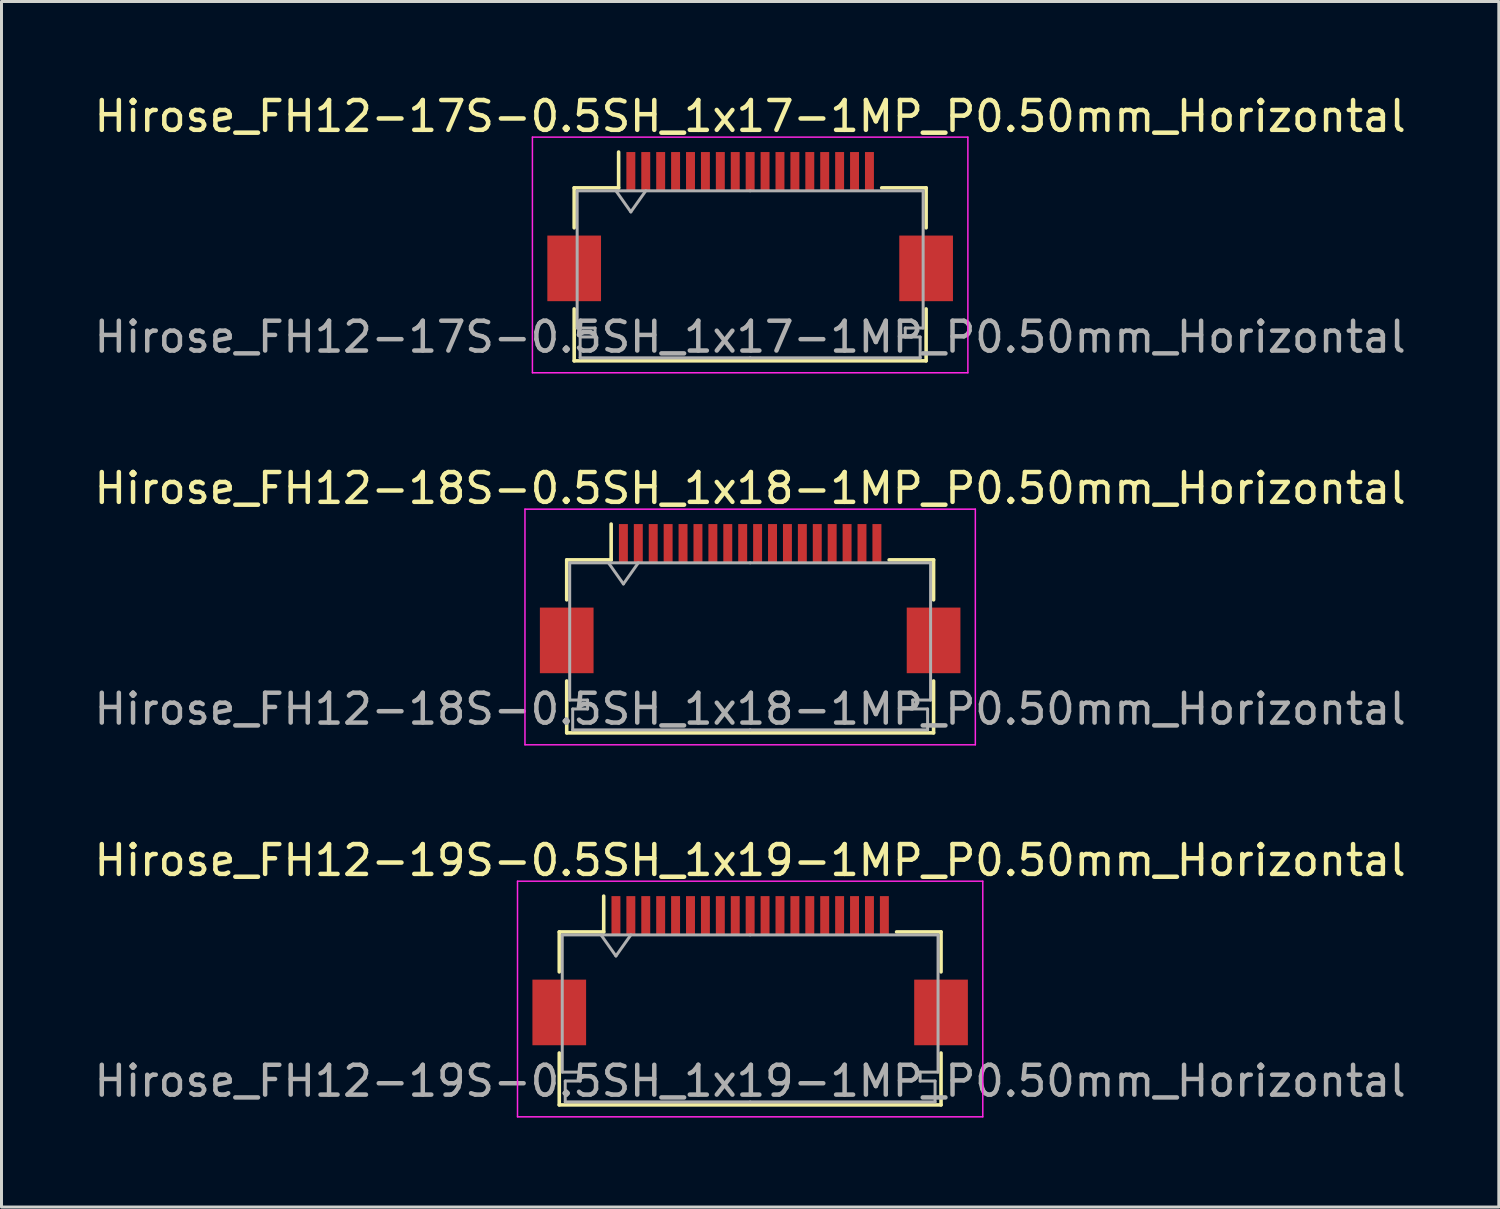
<source format=kicad_pcb>
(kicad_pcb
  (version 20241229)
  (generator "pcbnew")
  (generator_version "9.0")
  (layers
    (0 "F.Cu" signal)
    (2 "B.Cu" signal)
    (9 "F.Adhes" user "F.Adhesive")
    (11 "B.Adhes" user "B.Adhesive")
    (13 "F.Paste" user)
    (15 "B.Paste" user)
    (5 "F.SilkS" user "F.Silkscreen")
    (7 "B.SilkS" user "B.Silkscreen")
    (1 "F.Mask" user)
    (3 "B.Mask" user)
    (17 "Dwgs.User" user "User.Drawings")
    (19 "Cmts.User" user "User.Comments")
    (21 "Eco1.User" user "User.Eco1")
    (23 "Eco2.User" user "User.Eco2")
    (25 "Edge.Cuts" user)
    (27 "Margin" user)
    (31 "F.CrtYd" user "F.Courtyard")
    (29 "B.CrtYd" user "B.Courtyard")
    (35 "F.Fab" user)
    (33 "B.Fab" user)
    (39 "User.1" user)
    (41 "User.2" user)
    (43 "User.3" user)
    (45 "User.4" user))
  (footprint "Hirose_FH12-17S-0.5SH_1x17-1MP_P0.50mm_Horizontal"
    (layer "F.Cu")
    (at 22.101 4.548)
    (property "Reference" "Hirose_FH12-17S-0.5SH_1x17-1MP_P0.50mm_Horizontal" (at 0 -3.7 0) (layer "F.SilkS") (effects (font (size 1 1) (thickness 0.15))))
    (attr smd)
    (fp_line (start -5.9 -1.3) (end -5.9 0.04) (stroke (width 0.12) (type solid)) (layer "F.SilkS"))
    (fp_line (start -5.9 2.76) (end -5.9 4.5) (stroke (width 0.12) (type solid)) (layer "F.SilkS"))
    (fp_line (start -5.9 4.5) (end 5.9 4.5) (stroke (width 0.12) (type solid)) (layer "F.SilkS"))
    (fp_line (start -4.41 -1.3) (end -5.9 -1.3) (stroke (width 0.12) (type solid)) (layer "F.SilkS"))
    (fp_line (start -4.41 -1.3) (end -4.41 -2.5) (stroke (width 0.12) (type solid)) (layer "F.SilkS"))
    (fp_line (start 4.41 -1.3) (end 5.9 -1.3) (stroke (width 0.12) (type solid)) (layer "F.SilkS"))
    (fp_line (start 5.9 -1.3) (end 5.9 0.04) (stroke (width 0.12) (type solid)) (layer "F.SilkS"))
    (fp_line (start 5.9 4.5) (end 5.9 2.76) (stroke (width 0.12) (type solid)) (layer "F.SilkS"))
    (fp_line (start -7.3 -3) (end -7.3 4.9) (stroke (width 0.05) (type solid)) (layer "F.CrtYd"))
    (fp_line (start -7.3 4.9) (end 7.3 4.9) (stroke (width 0.05) (type solid)) (layer "F.CrtYd"))
    (fp_line (start 7.3 -3) (end -7.3 -3) (stroke (width 0.05) (type solid)) (layer "F.CrtYd"))
    (fp_line (start 7.3 4.9) (end 7.3 -3) (stroke (width 0.05) (type solid)) (layer "F.CrtYd"))
    (fp_line (start -5.8 -1.2) (end -5.8 3.4) (stroke (width 0.1) (type solid)) (layer "F.Fab"))
    (fp_line (start -5.8 3.4) (end -5.2 3.4) (stroke (width 0.1) (type solid)) (layer "F.Fab"))
    (fp_line (start -5.7 3.7) (end -5.7 4.4) (stroke (width 0.1) (type solid)) (layer "F.Fab"))
    (fp_line (start -5.7 4.4) (end 0 4.4) (stroke (width 0.1) (type solid)) (layer "F.Fab"))
    (fp_line (start -5.2 3.4) (end -5.2 3.7) (stroke (width 0.1) (type solid)) (layer "F.Fab"))
    (fp_line (start -5.2 3.7) (end -5.7 3.7) (stroke (width 0.1) (type solid)) (layer "F.Fab"))
    (fp_line (start -4.5 -1.2) (end -4 -0.493) (stroke (width 0.1) (type solid)) (layer "F.Fab"))
    (fp_line (start -4 -0.493) (end -3.5 -1.2) (stroke (width 0.1) (type solid)) (layer "F.Fab"))
    (fp_line (start 0 -1.2) (end -5.8 -1.2) (stroke (width 0.1) (type solid)) (layer "F.Fab"))
    (fp_line (start 0 -1.2) (end 5.8 -1.2) (stroke (width 0.1) (type solid)) (layer "F.Fab"))
    (fp_line (start 5.2 3.4) (end 5.2 3.7) (stroke (width 0.1) (type solid)) (layer "F.Fab"))
    (fp_line (start 5.2 3.7) (end 5.7 3.7) (stroke (width 0.1) (type solid)) (layer "F.Fab"))
    (fp_line (start 5.7 3.7) (end 5.7 4.4) (stroke (width 0.1) (type solid)) (layer "F.Fab"))
    (fp_line (start 5.7 4.4) (end 0 4.4) (stroke (width 0.1) (type solid)) (layer "F.Fab"))
    (fp_line (start 5.8 -1.2) (end 5.8 3.4) (stroke (width 0.1) (type solid)) (layer "F.Fab"))
    (fp_line (start 5.8 3.4) (end 5.2 3.4) (stroke (width 0.1) (type solid)) (layer "F.Fab"))
    (fp_text user "${REFERENCE}" (at 0 3.7 0) (layer "F.Fab") (effects (font (size 1 1) (thickness 0.15))))
    (pad "1" smd rect (at -4 -1.85) (size 0.3 1.3) (layers "F.Cu" "F.Mask" "F.Paste"))
    (pad "2" smd rect (at -3.5 -1.85) (size 0.3 1.3) (layers "F.Cu" "F.Mask" "F.Paste"))
    (pad "3" smd rect (at -3 -1.85) (size 0.3 1.3) (layers "F.Cu" "F.Mask" "F.Paste"))
    (pad "4" smd rect (at -2.5 -1.85) (size 0.3 1.3) (layers "F.Cu" "F.Mask" "F.Paste"))
    (pad "5" smd rect (at -2 -1.85) (size 0.3 1.3) (layers "F.Cu" "F.Mask" "F.Paste"))
    (pad "6" smd rect (at -1.5 -1.85) (size 0.3 1.3) (layers "F.Cu" "F.Mask" "F.Paste"))
    (pad "7" smd rect (at -1 -1.85) (size 0.3 1.3) (layers "F.Cu" "F.Mask" "F.Paste"))
    (pad "8" smd rect (at -0.5 -1.85) (size 0.3 1.3) (layers "F.Cu" "F.Mask" "F.Paste"))
    (pad "9" smd rect (at 0 -1.85) (size 0.3 1.3) (layers "F.Cu" "F.Mask" "F.Paste"))
    (pad "10" smd rect (at 0.5 -1.85) (size 0.3 1.3) (layers "F.Cu" "F.Mask" "F.Paste"))
    (pad "11" smd rect (at 1 -1.85) (size 0.3 1.3) (layers "F.Cu" "F.Mask" "F.Paste"))
    (pad "12" smd rect (at 1.5 -1.85) (size 0.3 1.3) (layers "F.Cu" "F.Mask" "F.Paste"))
    (pad "13" smd rect (at 2 -1.85) (size 0.3 1.3) (layers "F.Cu" "F.Mask" "F.Paste"))
    (pad "14" smd rect (at 2.5 -1.85) (size 0.3 1.3) (layers "F.Cu" "F.Mask" "F.Paste"))
    (pad "15" smd rect (at 3 -1.85) (size 0.3 1.3) (layers "F.Cu" "F.Mask" "F.Paste"))
    (pad "16" smd rect (at 3.5 -1.85) (size 0.3 1.3) (layers "F.Cu" "F.Mask" "F.Paste"))
    (pad "17" smd rect (at 4 -1.85) (size 0.3 1.3) (layers "F.Cu" "F.Mask" "F.Paste"))
    (pad "MP" smd rect (at -5.9 1.4) (size 1.8 2.2) (layers "F.Cu" "F.Mask" "F.Paste"))
    (pad "MP" smd rect (at 5.9 1.4) (size 1.8 2.2) (layers "F.Cu" "F.Mask" "F.Paste")))
  (footprint "Hirose_FH12-18S-0.5SH_1x18-1MP_P0.50mm_Horizontal"
    (layer "F.Cu")
    (at 22.101 17.021)
    (property "Reference" "Hirose_FH12-18S-0.5SH_1x18-1MP_P0.50mm_Horizontal" (at 0 -3.7 0) (layer "F.SilkS") (effects (font (size 1 1) (thickness 0.15))))
    (attr smd)
    (fp_line (start -6.15 -1.3) (end -6.15 0.04) (stroke (width 0.12) (type solid)) (layer "F.SilkS"))
    (fp_line (start -6.15 2.76) (end -6.15 4.5) (stroke (width 0.12) (type solid)) (layer "F.SilkS"))
    (fp_line (start -6.15 4.5) (end 6.15 4.5) (stroke (width 0.12) (type solid)) (layer "F.SilkS"))
    (fp_line (start -4.66 -1.3) (end -6.15 -1.3) (stroke (width 0.12) (type solid)) (layer "F.SilkS"))
    (fp_line (start -4.66 -1.3) (end -4.66 -2.5) (stroke (width 0.12) (type solid)) (layer "F.SilkS"))
    (fp_line (start 4.66 -1.3) (end 6.15 -1.3) (stroke (width 0.12) (type solid)) (layer "F.SilkS"))
    (fp_line (start 6.15 -1.3) (end 6.15 0.04) (stroke (width 0.12) (type solid)) (layer "F.SilkS"))
    (fp_line (start 6.15 4.5) (end 6.15 2.76) (stroke (width 0.12) (type solid)) (layer "F.SilkS"))
    (fp_line (start -7.55 -3) (end -7.55 4.9) (stroke (width 0.05) (type solid)) (layer "F.CrtYd"))
    (fp_line (start -7.55 4.9) (end 7.55 4.9) (stroke (width 0.05) (type solid)) (layer "F.CrtYd"))
    (fp_line (start 7.55 -3) (end -7.55 -3) (stroke (width 0.05) (type solid)) (layer "F.CrtYd"))
    (fp_line (start 7.55 4.9) (end 7.55 -3) (stroke (width 0.05) (type solid)) (layer "F.CrtYd"))
    (fp_line (start -6.05 -1.2) (end -6.05 3.4) (stroke (width 0.1) (type solid)) (layer "F.Fab"))
    (fp_line (start -6.05 3.4) (end -5.45 3.4) (stroke (width 0.1) (type solid)) (layer "F.Fab"))
    (fp_line (start -5.95 3.7) (end -5.95 4.4) (stroke (width 0.1) (type solid)) (layer "F.Fab"))
    (fp_line (start -5.95 4.4) (end 0 4.4) (stroke (width 0.1) (type solid)) (layer "F.Fab"))
    (fp_line (start -5.45 3.4) (end -5.45 3.7) (stroke (width 0.1) (type solid)) (layer "F.Fab"))
    (fp_line (start -5.45 3.7) (end -5.95 3.7) (stroke (width 0.1) (type solid)) (layer "F.Fab"))
    (fp_line (start -4.75 -1.2) (end -4.25 -0.493) (stroke (width 0.1) (type solid)) (layer "F.Fab"))
    (fp_line (start -4.25 -0.493) (end -3.75 -1.2) (stroke (width 0.1) (type solid)) (layer "F.Fab"))
    (fp_line (start 0 -1.2) (end -6.05 -1.2) (stroke (width 0.1) (type solid)) (layer "F.Fab"))
    (fp_line (start 0 -1.2) (end 6.05 -1.2) (stroke (width 0.1) (type solid)) (layer "F.Fab"))
    (fp_line (start 5.45 3.4) (end 5.45 3.7) (stroke (width 0.1) (type solid)) (layer "F.Fab"))
    (fp_line (start 5.45 3.7) (end 5.95 3.7) (stroke (width 0.1) (type solid)) (layer "F.Fab"))
    (fp_line (start 5.95 3.7) (end 5.95 4.4) (stroke (width 0.1) (type solid)) (layer "F.Fab"))
    (fp_line (start 5.95 4.4) (end 0 4.4) (stroke (width 0.1) (type solid)) (layer "F.Fab"))
    (fp_line (start 6.05 -1.2) (end 6.05 3.4) (stroke (width 0.1) (type solid)) (layer "F.Fab"))
    (fp_line (start 6.05 3.4) (end 5.45 3.4) (stroke (width 0.1) (type solid)) (layer "F.Fab"))
    (fp_text user "${REFERENCE}" (at 0 3.7 0) (layer "F.Fab") (effects (font (size 1 1) (thickness 0.15))))
    (pad "1" smd rect (at -4.25 -1.85) (size 0.3 1.3) (layers "F.Cu" "F.Mask" "F.Paste"))
    (pad "2" smd rect (at -3.75 -1.85) (size 0.3 1.3) (layers "F.Cu" "F.Mask" "F.Paste"))
    (pad "3" smd rect (at -3.25 -1.85) (size 0.3 1.3) (layers "F.Cu" "F.Mask" "F.Paste"))
    (pad "4" smd rect (at -2.75 -1.85) (size 0.3 1.3) (layers "F.Cu" "F.Mask" "F.Paste"))
    (pad "5" smd rect (at -2.25 -1.85) (size 0.3 1.3) (layers "F.Cu" "F.Mask" "F.Paste"))
    (pad "6" smd rect (at -1.75 -1.85) (size 0.3 1.3) (layers "F.Cu" "F.Mask" "F.Paste"))
    (pad "7" smd rect (at -1.25 -1.85) (size 0.3 1.3) (layers "F.Cu" "F.Mask" "F.Paste"))
    (pad "8" smd rect (at -0.75 -1.85) (size 0.3 1.3) (layers "F.Cu" "F.Mask" "F.Paste"))
    (pad "9" smd rect (at -0.25 -1.85) (size 0.3 1.3) (layers "F.Cu" "F.Mask" "F.Paste"))
    (pad "10" smd rect (at 0.25 -1.85) (size 0.3 1.3) (layers "F.Cu" "F.Mask" "F.Paste"))
    (pad "11" smd rect (at 0.75 -1.85) (size 0.3 1.3) (layers "F.Cu" "F.Mask" "F.Paste"))
    (pad "12" smd rect (at 1.25 -1.85) (size 0.3 1.3) (layers "F.Cu" "F.Mask" "F.Paste"))
    (pad "13" smd rect (at 1.75 -1.85) (size 0.3 1.3) (layers "F.Cu" "F.Mask" "F.Paste"))
    (pad "14" smd rect (at 2.25 -1.85) (size 0.3 1.3) (layers "F.Cu" "F.Mask" "F.Paste"))
    (pad "15" smd rect (at 2.75 -1.85) (size 0.3 1.3) (layers "F.Cu" "F.Mask" "F.Paste"))
    (pad "16" smd rect (at 3.25 -1.85) (size 0.3 1.3) (layers "F.Cu" "F.Mask" "F.Paste"))
    (pad "17" smd rect (at 3.75 -1.85) (size 0.3 1.3) (layers "F.Cu" "F.Mask" "F.Paste"))
    (pad "18" smd rect (at 4.25 -1.85) (size 0.3 1.3) (layers "F.Cu" "F.Mask" "F.Paste"))
    (pad "MP" smd rect (at -6.15 1.4) (size 1.8 2.2) (layers "F.Cu" "F.Mask" "F.Paste"))
    (pad "MP" smd rect (at 6.15 1.4) (size 1.8 2.2) (layers "F.Cu" "F.Mask" "F.Paste")))
  (footprint "Hirose_FH12-19S-0.5SH_1x19-1MP_P0.50mm_Horizontal"
    (layer "F.Cu")
    (at 22.101 29.495)
    (property "Reference" "Hirose_FH12-19S-0.5SH_1x19-1MP_P0.50mm_Horizontal" (at 0 -3.7 0) (layer "F.SilkS") (effects (font (size 1 1) (thickness 0.15))))
    (attr smd)
    (fp_line (start -6.4 -1.3) (end -6.4 0.04) (stroke (width 0.12) (type solid)) (layer "F.SilkS"))
    (fp_line (start -6.4 2.76) (end -6.4 4.5) (stroke (width 0.12) (type solid)) (layer "F.SilkS"))
    (fp_line (start -6.4 4.5) (end 6.4 4.5) (stroke (width 0.12) (type solid)) (layer "F.SilkS"))
    (fp_line (start -4.91 -1.3) (end -6.4 -1.3) (stroke (width 0.12) (type solid)) (layer "F.SilkS"))
    (fp_line (start -4.91 -1.3) (end -4.91 -2.5) (stroke (width 0.12) (type solid)) (layer "F.SilkS"))
    (fp_line (start 4.91 -1.3) (end 6.4 -1.3) (stroke (width 0.12) (type solid)) (layer "F.SilkS"))
    (fp_line (start 6.4 -1.3) (end 6.4 0.04) (stroke (width 0.12) (type solid)) (layer "F.SilkS"))
    (fp_line (start 6.4 4.5) (end 6.4 2.76) (stroke (width 0.12) (type solid)) (layer "F.SilkS"))
    (fp_line (start -7.8 -3) (end -7.8 4.9) (stroke (width 0.05) (type solid)) (layer "F.CrtYd"))
    (fp_line (start -7.8 4.9) (end 7.8 4.9) (stroke (width 0.05) (type solid)) (layer "F.CrtYd"))
    (fp_line (start 7.8 -3) (end -7.8 -3) (stroke (width 0.05) (type solid)) (layer "F.CrtYd"))
    (fp_line (start 7.8 4.9) (end 7.8 -3) (stroke (width 0.05) (type solid)) (layer "F.CrtYd"))
    (fp_line (start -6.3 -1.2) (end -6.3 3.4) (stroke (width 0.1) (type solid)) (layer "F.Fab"))
    (fp_line (start -6.3 3.4) (end -5.7 3.4) (stroke (width 0.1) (type solid)) (layer "F.Fab"))
    (fp_line (start -6.2 3.7) (end -6.2 4.4) (stroke (width 0.1) (type solid)) (layer "F.Fab"))
    (fp_line (start -6.2 4.4) (end 0 4.4) (stroke (width 0.1) (type solid)) (layer "F.Fab"))
    (fp_line (start -5.7 3.4) (end -5.7 3.7) (stroke (width 0.1) (type solid)) (layer "F.Fab"))
    (fp_line (start -5.7 3.7) (end -6.2 3.7) (stroke (width 0.1) (type solid)) (layer "F.Fab"))
    (fp_line (start -5 -1.2) (end -4.5 -0.493) (stroke (width 0.1) (type solid)) (layer "F.Fab"))
    (fp_line (start -4.5 -0.493) (end -4 -1.2) (stroke (width 0.1) (type solid)) (layer "F.Fab"))
    (fp_line (start 0 -1.2) (end -6.3 -1.2) (stroke (width 0.1) (type solid)) (layer "F.Fab"))
    (fp_line (start 0 -1.2) (end 6.3 -1.2) (stroke (width 0.1) (type solid)) (layer "F.Fab"))
    (fp_line (start 5.7 3.4) (end 5.7 3.7) (stroke (width 0.1) (type solid)) (layer "F.Fab"))
    (fp_line (start 5.7 3.7) (end 6.2 3.7) (stroke (width 0.1) (type solid)) (layer "F.Fab"))
    (fp_line (start 6.2 3.7) (end 6.2 4.4) (stroke (width 0.1) (type solid)) (layer "F.Fab"))
    (fp_line (start 6.2 4.4) (end 0 4.4) (stroke (width 0.1) (type solid)) (layer "F.Fab"))
    (fp_line (start 6.3 -1.2) (end 6.3 3.4) (stroke (width 0.1) (type solid)) (layer "F.Fab"))
    (fp_line (start 6.3 3.4) (end 5.7 3.4) (stroke (width 0.1) (type solid)) (layer "F.Fab"))
    (fp_text user "${REFERENCE}" (at 0 3.7 0) (layer "F.Fab") (effects (font (size 1 1) (thickness 0.15))))
    (pad "1" smd rect (at -4.5 -1.85) (size 0.3 1.3) (layers "F.Cu" "F.Mask" "F.Paste"))
    (pad "2" smd rect (at -4 -1.85) (size 0.3 1.3) (layers "F.Cu" "F.Mask" "F.Paste"))
    (pad "3" smd rect (at -3.5 -1.85) (size 0.3 1.3) (layers "F.Cu" "F.Mask" "F.Paste"))
    (pad "4" smd rect (at -3 -1.85) (size 0.3 1.3) (layers "F.Cu" "F.Mask" "F.Paste"))
    (pad "5" smd rect (at -2.5 -1.85) (size 0.3 1.3) (layers "F.Cu" "F.Mask" "F.Paste"))
    (pad "6" smd rect (at -2 -1.85) (size 0.3 1.3) (layers "F.Cu" "F.Mask" "F.Paste"))
    (pad "7" smd rect (at -1.5 -1.85) (size 0.3 1.3) (layers "F.Cu" "F.Mask" "F.Paste"))
    (pad "8" smd rect (at -1 -1.85) (size 0.3 1.3) (layers "F.Cu" "F.Mask" "F.Paste"))
    (pad "9" smd rect (at -0.5 -1.85) (size 0.3 1.3) (layers "F.Cu" "F.Mask" "F.Paste"))
    (pad "10" smd rect (at 0 -1.85) (size 0.3 1.3) (layers "F.Cu" "F.Mask" "F.Paste"))
    (pad "11" smd rect (at 0.5 -1.85) (size 0.3 1.3) (layers "F.Cu" "F.Mask" "F.Paste"))
    (pad "12" smd rect (at 1 -1.85) (size 0.3 1.3) (layers "F.Cu" "F.Mask" "F.Paste"))
    (pad "13" smd rect (at 1.5 -1.85) (size 0.3 1.3) (layers "F.Cu" "F.Mask" "F.Paste"))
    (pad "14" smd rect (at 2 -1.85) (size 0.3 1.3) (layers "F.Cu" "F.Mask" "F.Paste"))
    (pad "15" smd rect (at 2.5 -1.85) (size 0.3 1.3) (layers "F.Cu" "F.Mask" "F.Paste"))
    (pad "16" smd rect (at 3 -1.85) (size 0.3 1.3) (layers "F.Cu" "F.Mask" "F.Paste"))
    (pad "17" smd rect (at 3.5 -1.85) (size 0.3 1.3) (layers "F.Cu" "F.Mask" "F.Paste"))
    (pad "18" smd rect (at 4 -1.85) (size 0.3 1.3) (layers "F.Cu" "F.Mask" "F.Paste"))
    (pad "19" smd rect (at 4.5 -1.85) (size 0.3 1.3) (layers "F.Cu" "F.Mask" "F.Paste"))
    (pad "MP" smd rect (at -6.4 1.4) (size 1.8 2.2) (layers "F.Cu" "F.Mask" "F.Paste"))
    (pad "MP" smd rect (at 6.4 1.4) (size 1.8 2.2) (layers "F.Cu" "F.Mask" "F.Paste")))
  (gr_rect
    (start -3 -3)
    (end 47.202 37.42)
    (stroke (width 0.1) (type default))
    (fill no)
    (layer "Edge.Cuts")))
</source>
